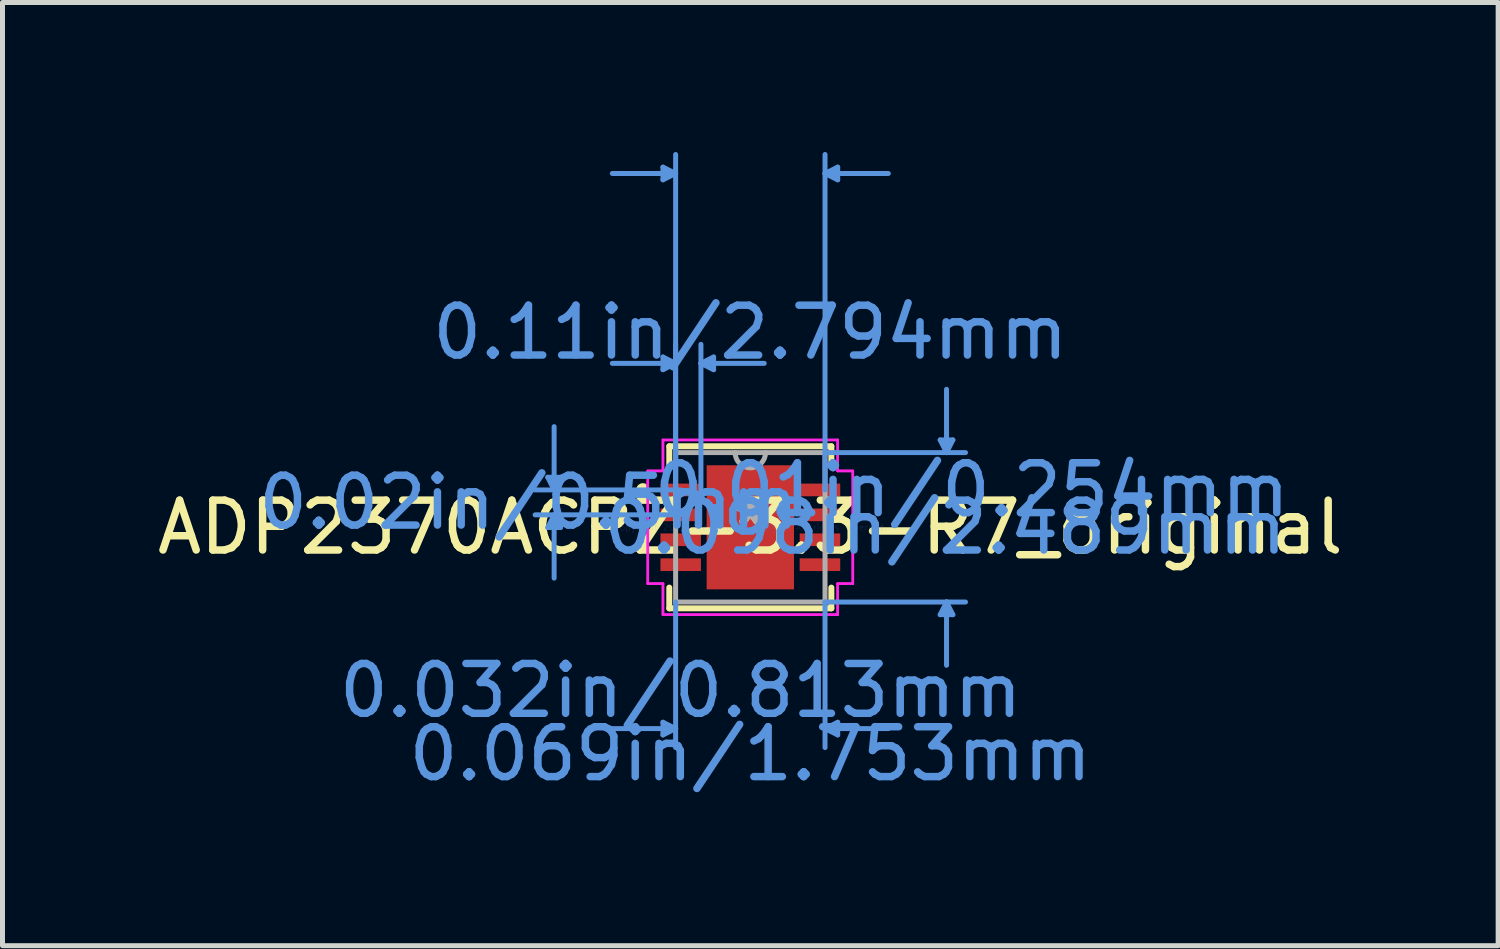
<source format=kicad_pcb>
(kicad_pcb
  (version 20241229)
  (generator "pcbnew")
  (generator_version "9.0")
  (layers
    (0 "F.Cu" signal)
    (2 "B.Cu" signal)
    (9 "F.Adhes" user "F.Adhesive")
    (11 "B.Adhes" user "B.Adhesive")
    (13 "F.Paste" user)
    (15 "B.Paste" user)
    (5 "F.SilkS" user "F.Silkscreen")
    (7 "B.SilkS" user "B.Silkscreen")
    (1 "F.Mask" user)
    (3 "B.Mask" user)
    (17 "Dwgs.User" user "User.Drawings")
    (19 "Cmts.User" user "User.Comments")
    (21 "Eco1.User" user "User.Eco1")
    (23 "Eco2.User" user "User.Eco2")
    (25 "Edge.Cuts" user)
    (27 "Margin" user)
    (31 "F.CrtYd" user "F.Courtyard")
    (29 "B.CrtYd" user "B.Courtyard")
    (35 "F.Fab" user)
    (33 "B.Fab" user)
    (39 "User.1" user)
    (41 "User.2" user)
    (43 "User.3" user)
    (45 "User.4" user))
  (footprint "ADP2370ACPZ-3.3-R7_original"
    (layer "F.Cu")
    (at 12.006 7.531)
    (property "Reference" "ADP2370ACPZ-3.3-R7_original" (at 0 0 0) (layer "F.SilkS") (effects (font (size 1 1) (thickness 0.15))))
    (attr through_hole)
    (fp_line (start -1.626 -1.626) (end -1.626 -1.21) (stroke (width 0.12) (type solid)) (layer "F.SilkS"))
    (fp_line (start -1.626 1.21) (end -1.626 1.626) (stroke (width 0.12) (type solid)) (layer "F.SilkS"))
    (fp_line (start -1.626 1.626) (end 1.626 1.626) (stroke (width 0.12) (type solid)) (layer "F.SilkS"))
    (fp_line (start 1.626 -1.626) (end -1.626 -1.626) (stroke (width 0.12) (type solid)) (layer "F.SilkS"))
    (fp_line (start 1.626 -1.21) (end 1.626 -1.626) (stroke (width 0.12) (type solid)) (layer "F.SilkS"))
    (fp_line (start 1.626 1.626) (end 1.626 1.21) (stroke (width 0.12) (type solid)) (layer "F.SilkS"))
    (fp_arc (start -2.13614 -0.676171) (mid -2.2312 -0.75) (end -2.13614 -0.823829) (stroke (width 0.12) (type solid)) (layer "F.SilkS"))
    (fp_line (start -4.064 -1.004) (end -3.81 -1.004) (stroke (width 0.1) (type solid)) (layer "Cmts.User"))
    (fp_line (start -4.064 0.004) (end -3.81 0.004) (stroke (width 0.1) (type solid)) (layer "Cmts.User"))
    (fp_line (start -3.937 -0.75) (end -4.064 -1.004) (stroke (width 0.1) (type solid)) (layer "Cmts.User"))
    (fp_line (start -3.937 -0.75) (end -3.937 -2.02) (stroke (width 0.1) (type solid)) (layer "Cmts.User"))
    (fp_line (start -3.937 -0.75) (end -3.81 -1.004) (stroke (width 0.1) (type solid)) (layer "Cmts.User"))
    (fp_line (start -3.937 -0.25) (end -4.064 0.004) (stroke (width 0.1) (type solid)) (layer "Cmts.User"))
    (fp_line (start -3.937 -0.25) (end -3.937 1.02) (stroke (width 0.1) (type solid)) (layer "Cmts.User"))
    (fp_line (start -3.937 -0.25) (end -3.81 0.004) (stroke (width 0.1) (type solid)) (layer "Cmts.User"))
    (fp_line (start -1.753 -7.227) (end -1.753 -6.973) (stroke (width 0.1) (type solid)) (layer "Cmts.User"))
    (fp_line (start -1.753 -3.417) (end -1.753 -3.163) (stroke (width 0.1) (type solid)) (layer "Cmts.User"))
    (fp_line (start -1.753 3.912) (end -1.753 4.166) (stroke (width 0.1) (type solid)) (layer "Cmts.User"))
    (fp_line (start -1.499 -7.1) (end -2.769 -7.1) (stroke (width 0.1) (type solid)) (layer "Cmts.User"))
    (fp_line (start -1.499 -7.1) (end -1.753 -7.227) (stroke (width 0.1) (type solid)) (layer "Cmts.User"))
    (fp_line (start -1.499 -7.1) (end -1.753 -6.973) (stroke (width 0.1) (type solid)) (layer "Cmts.User"))
    (fp_line (start -1.499 -3.29) (end -2.769 -3.29) (stroke (width 0.1) (type solid)) (layer "Cmts.User"))
    (fp_line (start -1.499 -3.29) (end -1.753 -3.417) (stroke (width 0.1) (type solid)) (layer "Cmts.User"))
    (fp_line (start -1.499 -3.29) (end -1.753 -3.163) (stroke (width 0.1) (type solid)) (layer "Cmts.User"))
    (fp_line (start -1.499 -0.75) (end -1.499 -7.481) (stroke (width 0.1) (type solid)) (layer "Cmts.User"))
    (fp_line (start -1.499 -0.75) (end -1.499 -3.671) (stroke (width 0.1) (type solid)) (layer "Cmts.User"))
    (fp_line (start -1.499 1.499) (end -1.499 4.42) (stroke (width 0.1) (type solid)) (layer "Cmts.User"))
    (fp_line (start -1.499 4.039) (end -2.769 4.039) (stroke (width 0.1) (type solid)) (layer "Cmts.User"))
    (fp_line (start -1.499 4.039) (end -1.753 3.912) (stroke (width 0.1) (type solid)) (layer "Cmts.User"))
    (fp_line (start -1.499 4.039) (end -1.753 4.166) (stroke (width 0.1) (type solid)) (layer "Cmts.User"))
    (fp_line (start -1.397 -0.75) (end -4.318 -0.75) (stroke (width 0.1) (type solid)) (layer "Cmts.User"))
    (fp_line (start -1.397 -0.25) (end -4.318 -0.25) (stroke (width 0.1) (type solid)) (layer "Cmts.User"))
    (fp_line (start -0.991 -3.29) (end -0.737 -3.417) (stroke (width 0.1) (type solid)) (layer "Cmts.User"))
    (fp_line (start -0.991 -3.29) (end -0.737 -3.163) (stroke (width 0.1) (type solid)) (layer "Cmts.User"))
    (fp_line (start -0.991 -3.29) (end 0.279 -3.29) (stroke (width 0.1) (type solid)) (layer "Cmts.User"))
    (fp_line (start -0.991 -0.75) (end -0.991 -3.671) (stroke (width 0.1) (type solid)) (layer "Cmts.User"))
    (fp_line (start -0.737 -3.417) (end -0.737 -3.163) (stroke (width 0.1) (type solid)) (layer "Cmts.User"))
    (fp_line (start 1.499 -7.1) (end 1.753 -7.227) (stroke (width 0.1) (type solid)) (layer "Cmts.User"))
    (fp_line (start 1.499 -7.1) (end 1.753 -6.973) (stroke (width 0.1) (type solid)) (layer "Cmts.User"))
    (fp_line (start 1.499 -7.1) (end 2.769 -7.1) (stroke (width 0.1) (type solid)) (layer "Cmts.User"))
    (fp_line (start 1.499 -1.499) (end 4.318 -1.499) (stroke (width 0.1) (type solid)) (layer "Cmts.User"))
    (fp_line (start 1.499 -0.75) (end 1.499 -7.481) (stroke (width 0.1) (type solid)) (layer "Cmts.User"))
    (fp_line (start 1.499 1.499) (end 1.499 4.42) (stroke (width 0.1) (type solid)) (layer "Cmts.User"))
    (fp_line (start 1.499 1.499) (end 4.318 1.499) (stroke (width 0.1) (type solid)) (layer "Cmts.User"))
    (fp_line (start 1.499 4.039) (end 1.753 3.912) (stroke (width 0.1) (type solid)) (layer "Cmts.User"))
    (fp_line (start 1.499 4.039) (end 1.753 4.166) (stroke (width 0.1) (type solid)) (layer "Cmts.User"))
    (fp_line (start 1.499 4.039) (end 2.769 4.039) (stroke (width 0.1) (type solid)) (layer "Cmts.User"))
    (fp_line (start 1.753 -7.227) (end 1.753 -6.973) (stroke (width 0.1) (type solid)) (layer "Cmts.User"))
    (fp_line (start 1.753 3.912) (end 1.753 4.166) (stroke (width 0.1) (type solid)) (layer "Cmts.User"))
    (fp_line (start 3.81 -1.753) (end 4.064 -1.753) (stroke (width 0.1) (type solid)) (layer "Cmts.User"))
    (fp_line (start 3.81 1.753) (end 4.064 1.753) (stroke (width 0.1) (type solid)) (layer "Cmts.User"))
    (fp_line (start 3.937 -1.499) (end 3.81 -1.753) (stroke (width 0.1) (type solid)) (layer "Cmts.User"))
    (fp_line (start 3.937 -1.499) (end 3.937 -2.769) (stroke (width 0.1) (type solid)) (layer "Cmts.User"))
    (fp_line (start 3.937 -1.499) (end 4.064 -1.753) (stroke (width 0.1) (type solid)) (layer "Cmts.User"))
    (fp_line (start 3.937 1.499) (end 3.81 1.753) (stroke (width 0.1) (type solid)) (layer "Cmts.User"))
    (fp_line (start 3.937 1.499) (end 3.937 2.769) (stroke (width 0.1) (type solid)) (layer "Cmts.User"))
    (fp_line (start 3.937 1.499) (end 4.064 1.753) (stroke (width 0.1) (type solid)) (layer "Cmts.User"))
    (fp_line (start -2.057 -1.131) (end -1.753 -1.131) (stroke (width 0.05) (type solid)) (layer "F.CrtYd"))
    (fp_line (start -2.057 -1.131) (end -1.753 -1.131) (stroke (width 0.05) (type solid)) (layer "F.CrtYd"))
    (fp_line (start -2.057 1.131) (end -2.057 -1.131) (stroke (width 0.05) (type solid)) (layer "F.CrtYd"))
    (fp_line (start -2.057 1.131) (end -2.057 -1.131) (stroke (width 0.05) (type solid)) (layer "F.CrtYd"))
    (fp_line (start -2.057 1.131) (end -1.753 1.131) (stroke (width 0.05) (type solid)) (layer "F.CrtYd"))
    (fp_line (start -1.753 -1.753) (end 1.753 -1.753) (stroke (width 0.05) (type solid)) (layer "F.CrtYd"))
    (fp_line (start -1.753 -1.753) (end 1.753 -1.753) (stroke (width 0.05) (type solid)) (layer "F.CrtYd"))
    (fp_line (start -1.753 -1.131) (end -1.753 -1.753) (stroke (width 0.05) (type solid)) (layer "F.CrtYd"))
    (fp_line (start -1.753 -1.131) (end -1.753 -1.753) (stroke (width 0.05) (type solid)) (layer "F.CrtYd"))
    (fp_line (start -1.753 1.131) (end -2.057 1.131) (stroke (width 0.05) (type solid)) (layer "F.CrtYd"))
    (fp_line (start -1.753 1.753) (end -1.753 1.131) (stroke (width 0.05) (type solid)) (layer "F.CrtYd"))
    (fp_line (start -1.753 1.753) (end -1.753 1.131) (stroke (width 0.05) (type solid)) (layer "F.CrtYd"))
    (fp_line (start 1.753 -1.753) (end 1.753 -1.131) (stroke (width 0.05) (type solid)) (layer "F.CrtYd"))
    (fp_line (start 1.753 -1.753) (end 1.753 -1.131) (stroke (width 0.05) (type solid)) (layer "F.CrtYd"))
    (fp_line (start 1.753 -1.131) (end 2.057 -1.131) (stroke (width 0.05) (type solid)) (layer "F.CrtYd"))
    (fp_line (start 1.753 1.131) (end 1.753 1.753) (stroke (width 0.05) (type solid)) (layer "F.CrtYd"))
    (fp_line (start 1.753 1.131) (end 1.753 1.753) (stroke (width 0.05) (type solid)) (layer "F.CrtYd"))
    (fp_line (start 1.753 1.753) (end -1.753 1.753) (stroke (width 0.05) (type solid)) (layer "F.CrtYd"))
    (fp_line (start 1.753 1.753) (end -1.753 1.753) (stroke (width 0.05) (type solid)) (layer "F.CrtYd"))
    (fp_line (start 2.057 -1.131) (end 1.753 -1.131) (stroke (width 0.05) (type solid)) (layer "F.CrtYd"))
    (fp_line (start 2.057 -1.131) (end 2.057 1.131) (stroke (width 0.05) (type solid)) (layer "F.CrtYd"))
    (fp_line (start 2.057 -1.131) (end 2.057 1.131) (stroke (width 0.05) (type solid)) (layer "F.CrtYd"))
    (fp_line (start 2.057 1.131) (end 1.753 1.131) (stroke (width 0.05) (type solid)) (layer "F.CrtYd"))
    (fp_line (start 2.057 1.131) (end 1.753 1.131) (stroke (width 0.05) (type solid)) (layer "F.CrtYd"))
    (fp_line (start -1.499 -1.499) (end -1.499 1.499) (stroke (width 0.1) (type solid)) (layer "F.Fab"))
    (fp_line (start -1.499 1.499) (end 1.499 1.499) (stroke (width 0.1) (type solid)) (layer "F.Fab"))
    (fp_line (start 1.499 -1.499) (end -1.499 -1.499) (stroke (width 0.1) (type solid)) (layer "F.Fab"))
    (fp_line (start 1.499 1.499) (end 1.499 -1.499) (stroke (width 0.1) (type solid)) (layer "F.Fab"))
    (fp_arc (start 0.3048 -1.4986) (mid 0 -1.1938) (end -0.3048 -1.4986) (stroke (width 0.1) (type solid)) (layer "F.Fab"))
    (fp_text user "*" (at 0 0 0) (layer "F.SilkS") (effects (font (size 1 1) (thickness 0.15))))
    (fp_text user "0.032in/0.813mm" (at -1.397 3.277 0) (layer "Cmts.User") (effects (font (size 1 1) (thickness 0.15))))
    (fp_text user "0.098in/2.489mm" (at 3.912 0 0) (layer "Cmts.User") (effects (font (size 1 1) (thickness 0.15))))
    (fp_text user "0.01in/0.254mm" (at 4.445 -0.75 0) (layer "Cmts.User") (effects (font (size 1 1) (thickness 0.15))))
    (fp_text user "0.069in/1.753mm" (at 0 4.547 0) (layer "Cmts.User") (effects (font (size 1 1) (thickness 0.15))))
    (fp_text user "Copyright 2021 Accelerated Designs. All rights reserved." (at 0 0 0) (layer "Cmts.User") (effects (font (size 0.127 0.127) (thickness 0.002))))
    (fp_text user "0.11in/2.794mm" (at 0 -3.912 0) (layer "Cmts.User") (effects (font (size 1 1) (thickness 0.15))))
    (fp_text user "0.02in/0.5mm" (at -4.445 -0.5 0) (layer "Cmts.User") (effects (font (size 1 1) (thickness 0.15))))
    (fp_text user "*" (at 0 0 0) (layer "F.Fab") (effects (font (size 1 1) (thickness 0.15))))
    (pad "1" smd rect (at -1.397 -0.75) (size 0.813 0.254) (layers "F.Cu" "F.Mask" "F.Paste"))
    (pad "2" smd rect (at -1.397 -0.25) (size 0.813 0.254) (layers "F.Cu" "F.Mask" "F.Paste"))
    (pad "3" smd rect (at -1.397 0.25) (size 0.813 0.254) (layers "F.Cu" "F.Mask" "F.Paste"))
    (pad "4" smd rect (at -1.397 0.75) (size 0.813 0.254) (layers "F.Cu" "F.Mask" "F.Paste"))
    (pad "5" smd rect (at 1.397 0.75) (size 0.813 0.254) (layers "F.Cu" "F.Mask" "F.Paste"))
    (pad "6" smd rect (at 1.397 0.25) (size 0.813 0.254) (layers "F.Cu" "F.Mask" "F.Paste"))
    (pad "7" smd rect (at 1.397 -0.25) (size 0.813 0.254) (layers "F.Cu" "F.Mask" "F.Paste"))
    (pad "8" smd rect (at 1.397 -0.75) (size 0.813 0.254) (layers "F.Cu" "F.Mask" "F.Paste"))
    (pad "9" smd rect (at 0 0) (size 1.753 2.489) (layers "F.Cu" "F.Mask" "F.Paste")))
  (gr_rect
    (start -3 -3)
    (end 27.012 15.926)
    (stroke (width 0.1) (type default))
    (fill no)
    (layer "Edge.Cuts")))
</source>
